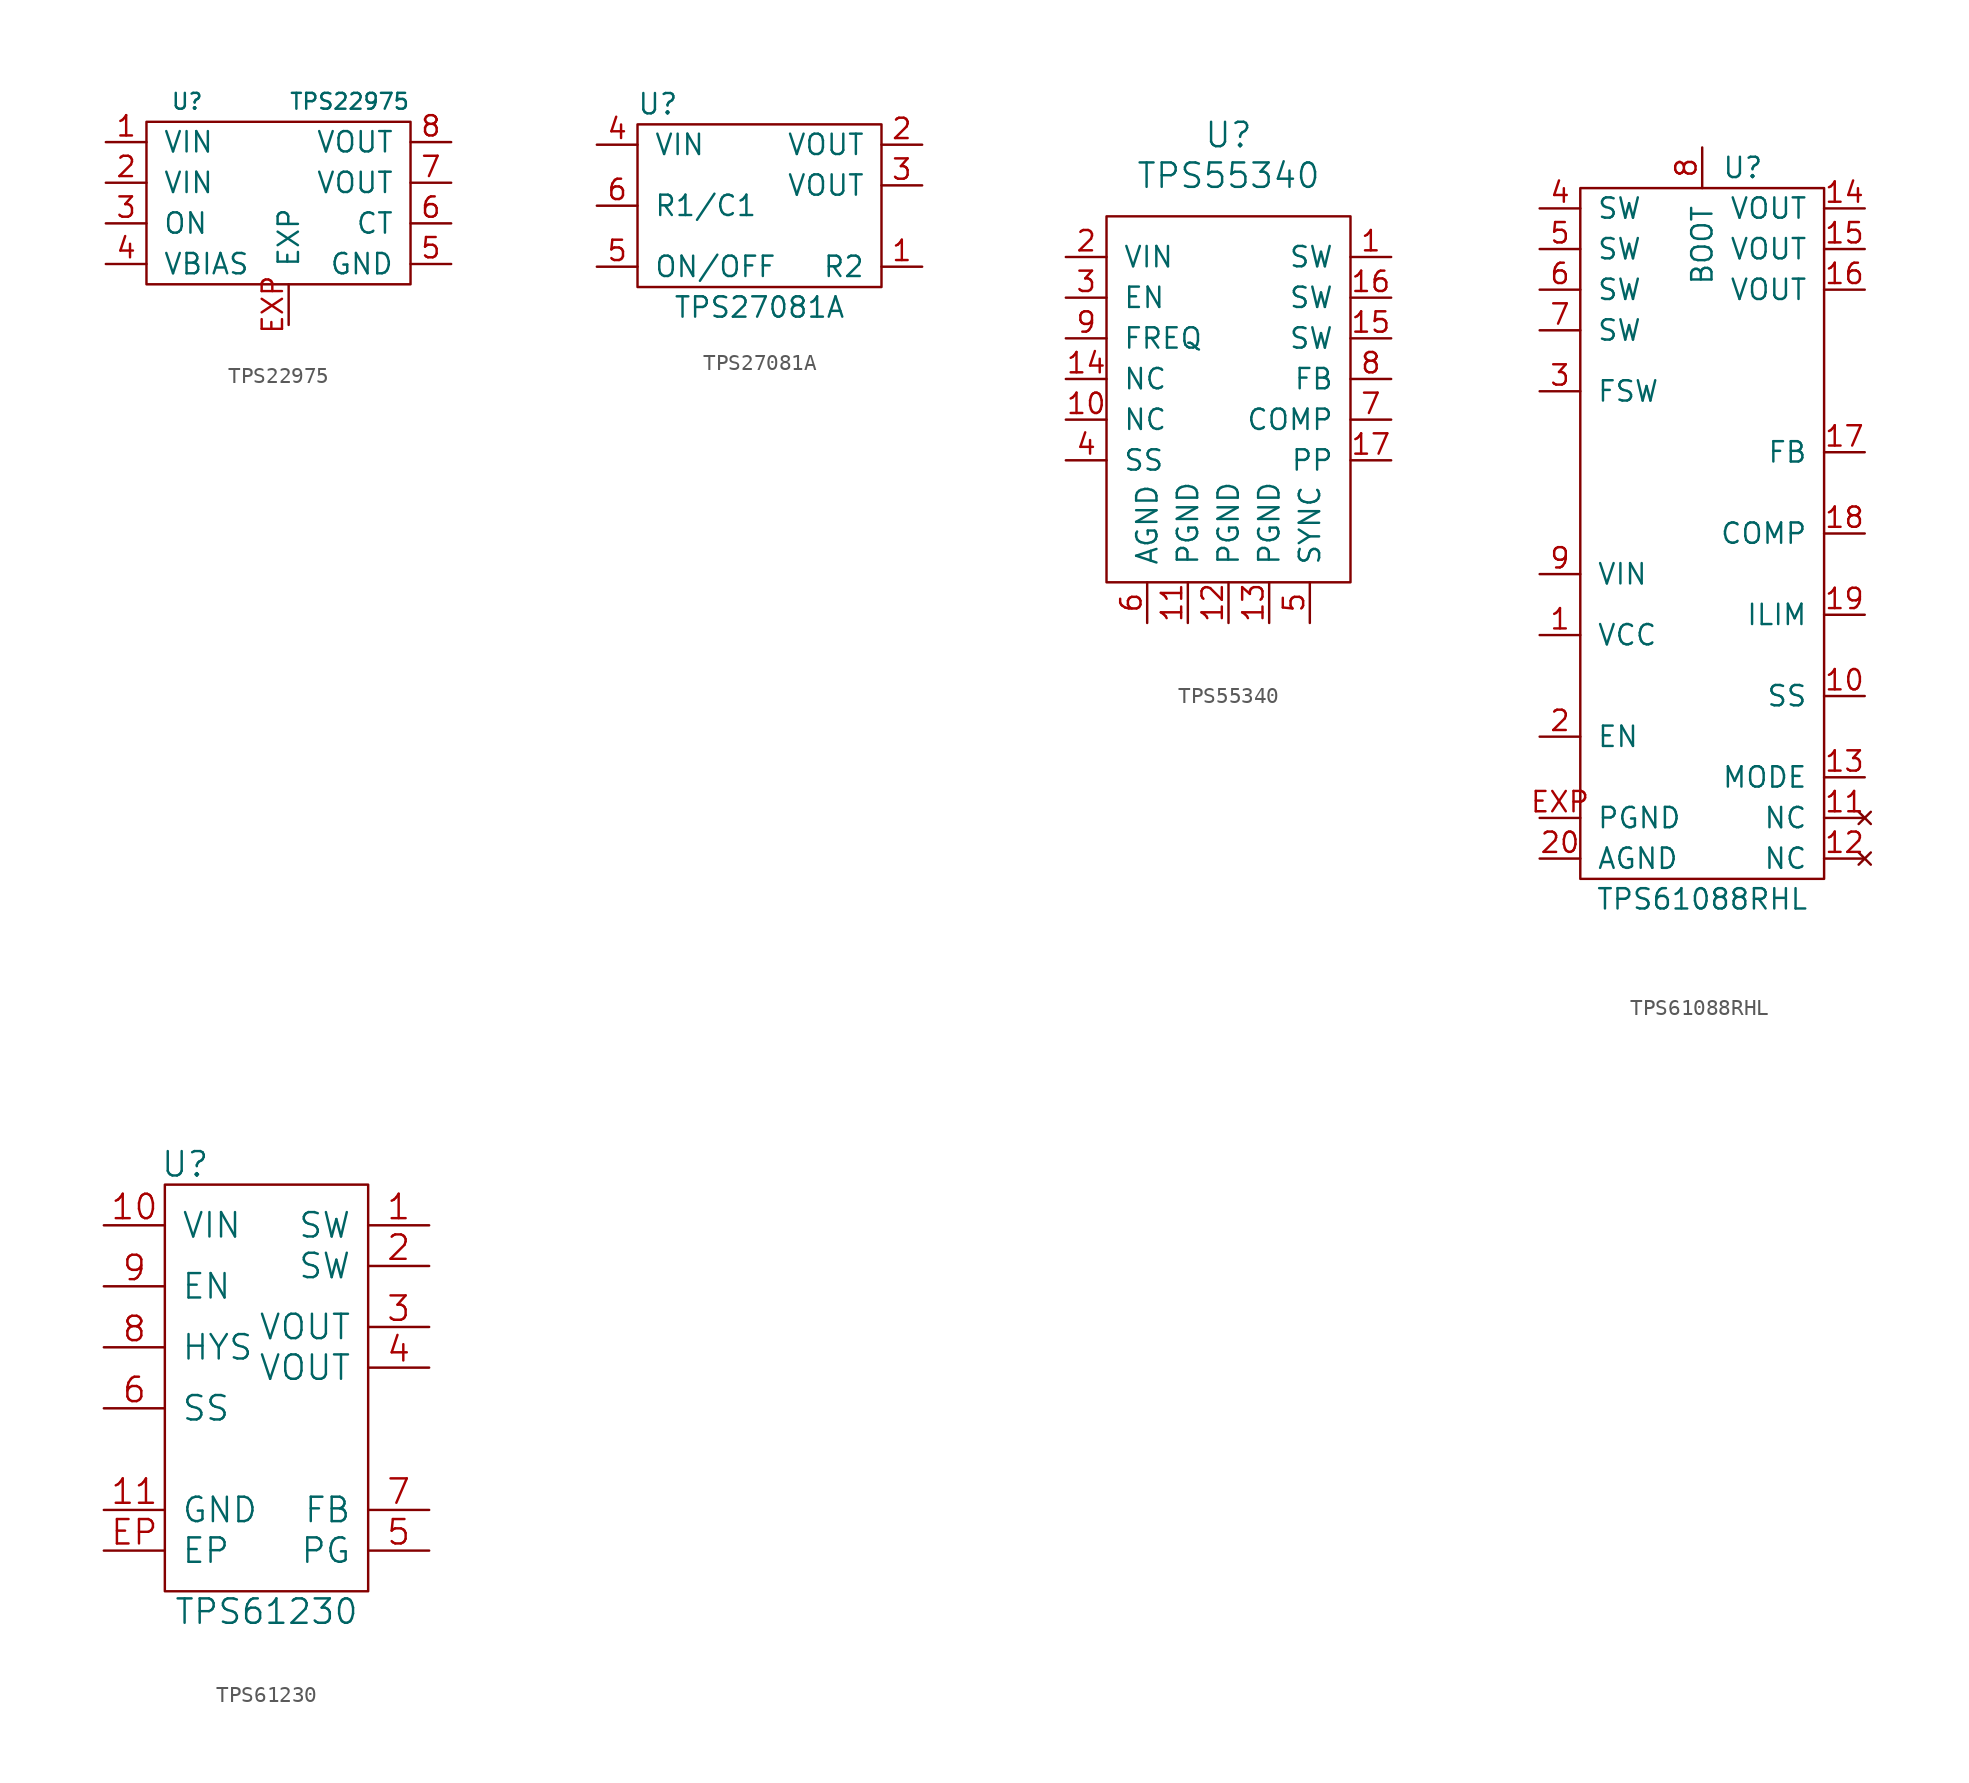
<source format=kicad_sym>
(kicad_symbol_lib
  (version 20210619)
  (generator kicad_symbol_editor)
  (symbol "tinkerforge:TPS22975"
    (pin_names
      (offset 1.016))
    (property "Reference" "U"
      (at -6.35 6.35 0)
      (effects (font (size 0.991 0.991))))
    (property "Value" "TPS22975"
      (at 3.81 6.35 0)
      (effects (font (size 0.991 0.991))))
    (symbol "TPS22975_0_1"
      (rectangle (start -8.89 5.08) (end 7.62 -5.08) (stroke (width 0)) (fill (type none))))
    (symbol "TPS22975_1_1"
      (pin passive line (at -11.43 3.81 0) (length 2.54) (name "VIN" (effects (font (size 1.27 1.27)))) (number "1" (effects (font (size 1.27 1.27)))))
      (pin passive line (at -11.43 1.27 0) (length 2.54) (name "VIN" (effects (font (size 1.27 1.27)))) (number "2" (effects (font (size 1.27 1.27)))))
      (pin passive line (at -11.43 -1.27 0) (length 2.54) (name "ON" (effects (font (size 1.27 1.27)))) (number "3" (effects (font (size 1.27 1.27)))))
      (pin passive line (at -11.43 -3.81 0) (length 2.54) (name "VBIAS" (effects (font (size 1.27 1.27)))) (number "4" (effects (font (size 1.27 1.27)))))
      (pin passive line (at 10.16 -3.81 180) (length 2.54) (name "GND" (effects (font (size 1.27 1.27)))) (number "5" (effects (font (size 1.27 1.27)))))
      (pin passive line (at 10.16 -1.27 180) (length 2.54) (name "CT" (effects (font (size 1.27 1.27)))) (number "6" (effects (font (size 1.27 1.27)))))
      (pin passive line (at 10.16 1.27 180) (length 2.54) (name "VOUT" (effects (font (size 1.27 1.27)))) (number "7" (effects (font (size 1.27 1.27)))))
      (pin passive line (at 10.16 3.81 180) (length 2.54) (name "VOUT" (effects (font (size 1.27 1.27)))) (number "8" (effects (font (size 1.27 1.27)))))
      (pin passive line (at 0 -7.62 90) (length 2.54) (name "EXP" (effects (font (size 1.27 1.27)))) (number "EXP" (effects (font (size 1.27 1.27)))))))
  (symbol "tinkerforge:TPS27081A"
    (pin_names
      (offset 1.016))
    (property "Reference" "U"
      (at -6.35 6.35 0)
      (effects (font (size 1.27 1.27))))
    (property "Value" "TPS27081A"
      (at 0 -6.35 0)
      (effects (font (size 1.27 1.27))))
    (symbol "TPS27081A_0_1"
      (rectangle (start -7.62 5.08) (end 7.62 -5.08) (stroke (width 0)) (fill (type none))))
    (symbol "TPS27081A_1_1"
      (pin passive line (at 10.16 -3.81 180) (length 2.54) (name "R2" (effects (font (size 1.27 1.27)))) (number "1" (effects (font (size 1.27 1.27)))))
      (pin passive line (at 10.16 3.81 180) (length 2.54) (name "VOUT" (effects (font (size 1.27 1.27)))) (number "2" (effects (font (size 1.27 1.27)))))
      (pin passive line (at 10.16 1.27 180) (length 2.54) (name "VOUT" (effects (font (size 1.27 1.27)))) (number "3" (effects (font (size 1.27 1.27)))))
      (pin passive line (at -10.16 3.81 0) (length 2.54) (name "VIN" (effects (font (size 1.27 1.27)))) (number "4" (effects (font (size 1.27 1.27)))))
      (pin passive line (at -10.16 -3.81 0) (length 2.54) (name "ON/OFF" (effects (font (size 1.27 1.27)))) (number "5" (effects (font (size 1.27 1.27)))))
      (pin passive line (at -10.16 0 0) (length 2.54) (name "R1/C1" (effects (font (size 1.27 1.27)))) (number "6" (effects (font (size 1.27 1.27)))))))
  (symbol "tinkerforge:TPS55340"
    (pin_names
      (offset 1.016))
    (property "Reference" "U"
      (at 0 16.51 0)
      (effects (font (size 1.524 1.524))))
    (property "Value" "TPS55340"
      (at 0 13.97 0)
      (effects (font (size 1.524 1.524))))
    (symbol "TPS55340_0_1"
      (rectangle (start -7.62 11.43) (end 7.62 -11.43) (stroke (width 0)) (fill (type none))))
    (symbol "TPS55340_1_1"
      (pin input line (at 10.16 8.89 180) (length 2.54) (name "SW" (effects (font (size 1.27 1.27)))) (number "1" (effects (font (size 1.27 1.27)))))
      (pin input line (at -10.16 -1.27 0) (length 2.54) (name "NC" (effects (font (size 1.27 1.27)))) (number "10" (effects (font (size 1.27 1.27)))))
      (pin input line (at -2.54 -13.97 90) (length 2.54) (name "PGND" (effects (font (size 1.27 1.27)))) (number "11" (effects (font (size 1.27 1.27)))))
      (pin input line (at 0 -13.97 90) (length 2.54) (name "PGND" (effects (font (size 1.27 1.27)))) (number "12" (effects (font (size 1.27 1.27)))))
      (pin input line (at 2.54 -13.97 90) (length 2.54) (name "PGND" (effects (font (size 1.27 1.27)))) (number "13" (effects (font (size 1.27 1.27)))))
      (pin input line (at -10.16 1.27 0) (length 2.54) (name "NC" (effects (font (size 1.27 1.27)))) (number "14" (effects (font (size 1.27 1.27)))))
      (pin input line (at 10.16 3.81 180) (length 2.54) (name "SW" (effects (font (size 1.27 1.27)))) (number "15" (effects (font (size 1.27 1.27)))))
      (pin input line (at 10.16 6.35 180) (length 2.54) (name "SW" (effects (font (size 1.27 1.27)))) (number "16" (effects (font (size 1.27 1.27)))))
      (pin input line (at 10.16 -3.81 180) (length 2.54) (name "PP" (effects (font (size 1.27 1.27)))) (number "17" (effects (font (size 1.27 1.27)))))
      (pin input line (at -10.16 8.89 0) (length 2.54) (name "VIN" (effects (font (size 1.27 1.27)))) (number "2" (effects (font (size 1.27 1.27)))))
      (pin input line (at -10.16 6.35 0) (length 2.54) (name "EN" (effects (font (size 1.27 1.27)))) (number "3" (effects (font (size 1.27 1.27)))))
      (pin input line (at -10.16 -3.81 0) (length 2.54) (name "SS" (effects (font (size 1.27 1.27)))) (number "4" (effects (font (size 1.27 1.27)))))
      (pin input line (at 5.08 -13.97 90) (length 2.54) (name "SYNC" (effects (font (size 1.27 1.27)))) (number "5" (effects (font (size 1.27 1.27)))))
      (pin input line (at -5.08 -13.97 90) (length 2.54) (name "AGND" (effects (font (size 1.27 1.27)))) (number "6" (effects (font (size 1.27 1.27)))))
      (pin input line (at 10.16 -1.27 180) (length 2.54) (name "COMP" (effects (font (size 1.27 1.27)))) (number "7" (effects (font (size 1.27 1.27)))))
      (pin input line (at 10.16 1.27 180) (length 2.54) (name "FB" (effects (font (size 1.27 1.27)))) (number "8" (effects (font (size 1.27 1.27)))))
      (pin input line (at -10.16 3.81 0) (length 2.54) (name "FREQ" (effects (font (size 1.27 1.27)))) (number "9" (effects (font (size 1.27 1.27)))))))
  (symbol "tinkerforge:TPS61088RHL"
    (pin_names
      (offset 1.016))
    (property "Reference" "U"
      (at 2.54 22.86 0)
      (effects (font (size 1.27 1.27))))
    (property "Value" "TPS61088RHL"
      (at 0 -22.86 0)
      (effects (font (size 1.27 1.27))))
    (symbol "TPS61088RHL_0_1"
      (rectangle (start -7.62 21.59) (end 7.62 -21.59) (stroke (width 0)) (fill (type none))))
    (symbol "TPS61088RHL_1_1"
      (pin passive line (at -10.16 -6.35 0) (length 2.54) (name "VCC" (effects (font (size 1.27 1.27)))) (number "1" (effects (font (size 1.27 1.27)))))
      (pin passive line (at 10.16 -10.16 180) (length 2.54) (name "SS" (effects (font (size 1.27 1.27)))) (number "10" (effects (font (size 1.27 1.27)))))
      (pin no_connect line (at 10.16 -17.78 180) (length 2.54) (name "NC" (effects (font (size 1.27 1.27)))) (number "11" (effects (font (size 1.27 1.27)))))
      (pin no_connect line (at 10.16 -20.32 180) (length 2.54) (name "NC" (effects (font (size 1.27 1.27)))) (number "12" (effects (font (size 1.27 1.27)))))
      (pin passive line (at 10.16 -15.24 180) (length 2.54) (name "MODE" (effects (font (size 1.27 1.27)))) (number "13" (effects (font (size 1.27 1.27)))))
      (pin passive line (at 10.16 20.32 180) (length 2.54) (name "VOUT" (effects (font (size 1.27 1.27)))) (number "14" (effects (font (size 1.27 1.27)))))
      (pin passive line (at 10.16 17.78 180) (length 2.54) (name "VOUT" (effects (font (size 1.27 1.27)))) (number "15" (effects (font (size 1.27 1.27)))))
      (pin passive line (at 10.16 15.24 180) (length 2.54) (name "VOUT" (effects (font (size 1.27 1.27)))) (number "16" (effects (font (size 1.27 1.27)))))
      (pin passive line (at 10.16 5.08 180) (length 2.54) (name "FB" (effects (font (size 1.27 1.27)))) (number "17" (effects (font (size 1.27 1.27)))))
      (pin passive line (at 10.16 0 180) (length 2.54) (name "COMP" (effects (font (size 1.27 1.27)))) (number "18" (effects (font (size 1.27 1.27)))))
      (pin passive line (at 10.16 -5.08 180) (length 2.54) (name "ILIM" (effects (font (size 1.27 1.27)))) (number "19" (effects (font (size 1.27 1.27)))))
      (pin passive line (at -10.16 -12.7 0) (length 2.54) (name "EN" (effects (font (size 1.27 1.27)))) (number "2" (effects (font (size 1.27 1.27)))))
      (pin passive line (at -10.16 -20.32 0) (length 2.54) (name "AGND" (effects (font (size 1.27 1.27)))) (number "20" (effects (font (size 1.27 1.27)))))
      (pin passive line (at -10.16 8.89 0) (length 2.54) (name "FSW" (effects (font (size 1.27 1.27)))) (number "3" (effects (font (size 1.27 1.27)))))
      (pin passive line (at -10.16 20.32 0) (length 2.54) (name "SW" (effects (font (size 1.27 1.27)))) (number "4" (effects (font (size 1.27 1.27)))))
      (pin passive line (at -10.16 17.78 0) (length 2.54) (name "SW" (effects (font (size 1.27 1.27)))) (number "5" (effects (font (size 1.27 1.27)))))
      (pin passive line (at -10.16 15.24 0) (length 2.54) (name "SW" (effects (font (size 1.27 1.27)))) (number "6" (effects (font (size 1.27 1.27)))))
      (pin passive line (at -10.16 12.7 0) (length 2.54) (name "SW" (effects (font (size 1.27 1.27)))) (number "7" (effects (font (size 1.27 1.27)))))
      (pin passive line (at 0 24.13 270) (length 2.54) (name "BOOT" (effects (font (size 1.27 1.27)))) (number "8" (effects (font (size 1.27 1.27)))))
      (pin passive line (at -10.16 -2.54 0) (length 2.54) (name "VIN" (effects (font (size 1.27 1.27)))) (number "9" (effects (font (size 1.27 1.27)))))
      (pin passive line (at -10.16 -17.78 0) (length 2.54) (name "PGND" (effects (font (size 1.27 1.27)))) (number "EXP" (effects (font (size 1.27 1.27)))))))
  (symbol "tinkerforge:TPS61230"
    (pin_names
      (offset 1.016))
    (property "Reference" "U"
      (at -5.08 13.97 0)
      (effects (font (size 1.524 1.524))))
    (property "Value" "TPS61230"
      (at 0 -13.97 0)
      (effects (font (size 1.524 1.524))))
    (property "Footprint" ""
      (at 0 13.97 0)
      (effects (font (size 1.524 1.524))))
    (property "Datasheet" ""
      (at 0 13.97 0)
      (effects (font (size 1.524 1.524))))
    (symbol "TPS61230_0_1"
      (rectangle (start -6.35 12.7) (end 6.35 -12.7) (stroke (width 0)) (fill (type none))))
    (symbol "TPS61230_1_1"
      (pin passive line (at 10.16 10.16 180) (length 3.81) (name "SW" (effects (font (size 1.524 1.524)))) (number "1" (effects (font (size 1.524 1.524)))))
      (pin passive line (at -10.16 10.16 0) (length 3.81) (name "VIN" (effects (font (size 1.524 1.524)))) (number "10" (effects (font (size 1.524 1.524)))))
      (pin passive line (at -10.16 -7.62 0) (length 3.81) (name "GND" (effects (font (size 1.524 1.524)))) (number "11" (effects (font (size 1.524 1.524)))))
      (pin passive line (at 10.16 7.62 180) (length 3.81) (name "SW" (effects (font (size 1.524 1.524)))) (number "2" (effects (font (size 1.524 1.524)))))
      (pin passive line (at 10.16 3.81 180) (length 3.81) (name "VOUT" (effects (font (size 1.524 1.524)))) (number "3" (effects (font (size 1.524 1.524)))))
      (pin passive line (at 10.16 1.27 180) (length 3.81) (name "VOUT" (effects (font (size 1.524 1.524)))) (number "4" (effects (font (size 1.524 1.524)))))
      (pin passive line (at 10.16 -10.16 180) (length 3.81) (name "PG" (effects (font (size 1.524 1.524)))) (number "5" (effects (font (size 1.524 1.524)))))
      (pin passive line (at -10.16 -1.27 0) (length 3.81) (name "SS" (effects (font (size 1.524 1.524)))) (number "6" (effects (font (size 1.524 1.524)))))
      (pin passive line (at 10.16 -7.62 180) (length 3.81) (name "FB" (effects (font (size 1.524 1.524)))) (number "7" (effects (font (size 1.524 1.524)))))
      (pin passive line (at -10.16 2.54 0) (length 3.81) (name "HYS" (effects (font (size 1.524 1.524)))) (number "8" (effects (font (size 1.524 1.524)))))
      (pin passive line (at -10.16 6.35 0) (length 3.81) (name "EN" (effects (font (size 1.524 1.524)))) (number "9" (effects (font (size 1.524 1.524)))))
      (pin passive line (at -10.16 -10.16 0) (length 3.81) (name "EP" (effects (font (size 1.524 1.524)))) (number "EP" (effects (font (size 1.524 1.524))))))))
</source>
